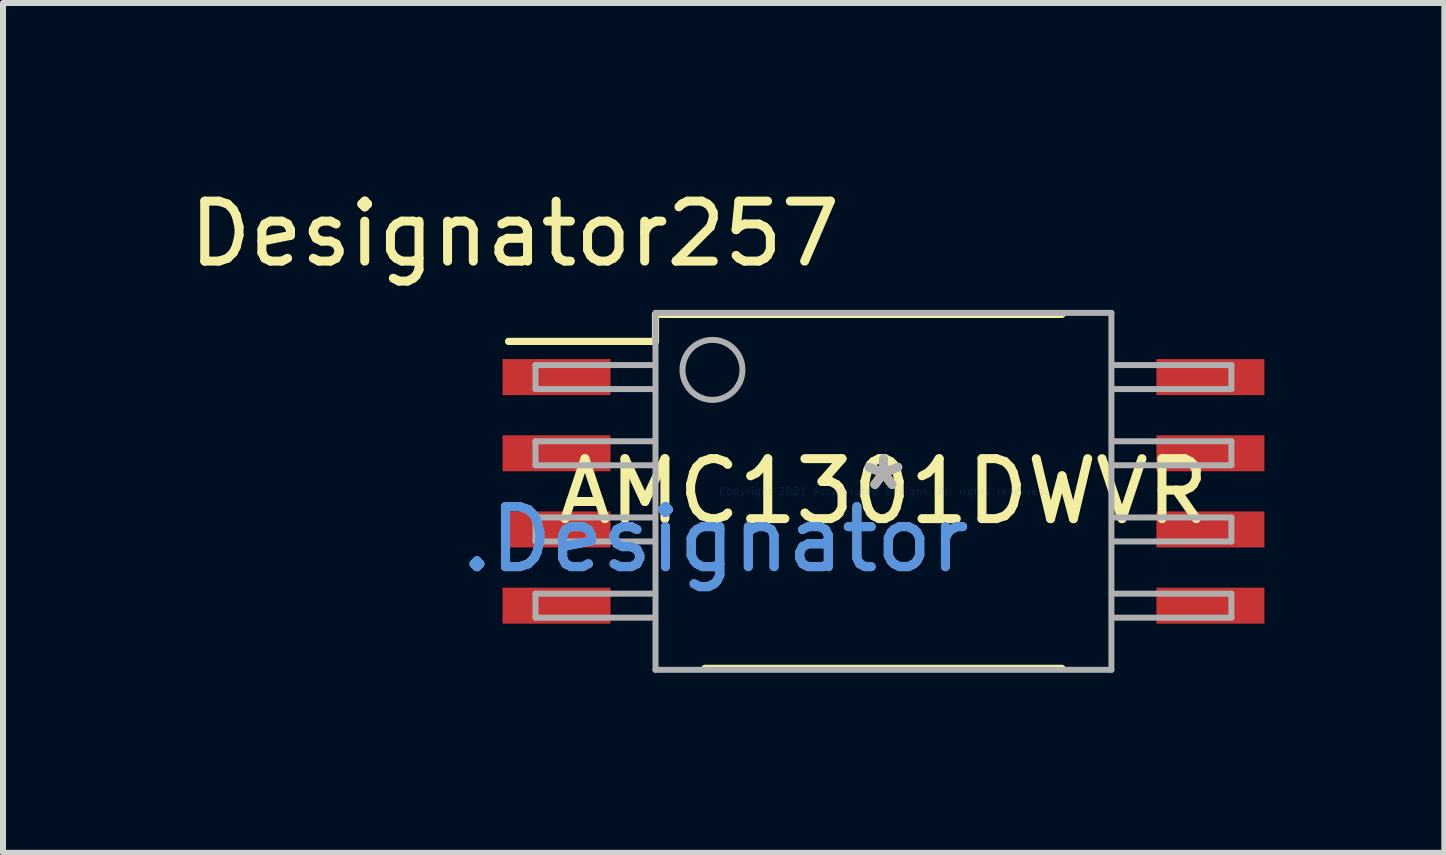
<source format=kicad_pcb>
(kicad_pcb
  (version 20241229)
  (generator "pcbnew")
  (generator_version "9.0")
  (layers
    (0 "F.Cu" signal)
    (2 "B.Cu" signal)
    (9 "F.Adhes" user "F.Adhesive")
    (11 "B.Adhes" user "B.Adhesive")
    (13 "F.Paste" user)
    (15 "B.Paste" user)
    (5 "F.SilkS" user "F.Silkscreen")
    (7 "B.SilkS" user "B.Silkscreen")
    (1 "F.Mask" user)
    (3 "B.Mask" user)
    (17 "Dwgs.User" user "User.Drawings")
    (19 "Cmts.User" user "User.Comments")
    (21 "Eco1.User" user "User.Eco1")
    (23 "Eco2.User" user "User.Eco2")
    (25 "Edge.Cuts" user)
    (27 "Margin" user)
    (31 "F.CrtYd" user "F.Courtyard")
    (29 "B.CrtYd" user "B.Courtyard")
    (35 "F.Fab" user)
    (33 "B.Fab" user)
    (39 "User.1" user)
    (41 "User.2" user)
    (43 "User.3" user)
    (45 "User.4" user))
  (footprint "AMC1301DWVR"
    (layer "F.Cu")
    (at 11.677 5.141)
    (property "Reference" "AMC1301DWVR" (at 0 0 0) (layer "F.SilkS") (effects (font (size 1 1) (thickness 0.15))))
    (attr through_hole)
    (fp_line (start -6.25 -2.5) (end -3.8 -2.5) (stroke (width 0.12) (type solid)) (layer "F.SilkS"))
    (fp_line (start -3.8 -2.95) (end 2.975 -2.95) (stroke (width 0.12) (type solid)) (layer "F.SilkS"))
    (fp_line (start -3.8 -2.5) (end -3.8 -2.95) (stroke (width 0.12) (type solid)) (layer "F.SilkS"))
    (fp_line (start -2.975 2.95) (end 2.975 2.95) (stroke (width 0.12) (type solid)) (layer "F.SilkS"))
    (fp_line (start -5.8 -2.105) (end -3.805 -2.105) (stroke (width 0.1) (type solid)) (layer "F.Fab"))
    (fp_line (start -5.8 -1.705) (end -5.8 -2.105) (stroke (width 0.1) (type solid)) (layer "F.Fab"))
    (fp_line (start -5.8 -1.705) (end -3.805 -1.705) (stroke (width 0.1) (type solid)) (layer "F.Fab"))
    (fp_line (start -5.8 -0.835) (end -3.805 -0.835) (stroke (width 0.1) (type solid)) (layer "F.Fab"))
    (fp_line (start -5.8 -0.435) (end -5.8 -0.835) (stroke (width 0.1) (type solid)) (layer "F.Fab"))
    (fp_line (start -5.8 -0.435) (end -3.805 -0.435) (stroke (width 0.1) (type solid)) (layer "F.Fab"))
    (fp_line (start -5.8 0.435) (end -3.805 0.435) (stroke (width 0.1) (type solid)) (layer "F.Fab"))
    (fp_line (start -5.8 0.835) (end -5.8 0.435) (stroke (width 0.1) (type solid)) (layer "F.Fab"))
    (fp_line (start -5.8 0.835) (end -3.805 0.835) (stroke (width 0.1) (type solid)) (layer "F.Fab"))
    (fp_line (start -5.8 1.705) (end -3.805 1.705) (stroke (width 0.1) (type solid)) (layer "F.Fab"))
    (fp_line (start -5.8 2.105) (end -5.8 1.705) (stroke (width 0.1) (type solid)) (layer "F.Fab"))
    (fp_line (start -5.8 2.105) (end -3.805 2.105) (stroke (width 0.1) (type solid)) (layer "F.Fab"))
    (fp_line (start -3.8 -2.975) (end 3.8 -2.975) (stroke (width 0.1) (type solid)) (layer "F.Fab"))
    (fp_line (start -3.8 2.975) (end -3.8 -2.975) (stroke (width 0.1) (type solid)) (layer "F.Fab"))
    (fp_line (start -3.8 2.975) (end 3.8 2.975) (stroke (width 0.1) (type solid)) (layer "F.Fab"))
    (fp_line (start 3.8 2.975) (end 3.8 -2.975) (stroke (width 0.1) (type solid)) (layer "F.Fab"))
    (fp_line (start 3.805 -2.105) (end 5.8 -2.105) (stroke (width 0.1) (type solid)) (layer "F.Fab"))
    (fp_line (start 3.805 -0.835) (end 5.8 -0.835) (stroke (width 0.1) (type solid)) (layer "F.Fab"))
    (fp_line (start 3.805 0.435) (end 5.8 0.435) (stroke (width 0.1) (type solid)) (layer "F.Fab"))
    (fp_line (start 3.805 1.705) (end 5.8 1.705) (stroke (width 0.1) (type solid)) (layer "F.Fab"))
    (fp_line (start 3.805 -1.705) (end 5.8 -1.705) (stroke (width 0.1) (type solid)) (layer "F.Fab"))
    (fp_line (start 3.805 -0.435) (end 5.8 -0.435) (stroke (width 0.1) (type solid)) (layer "F.Fab"))
    (fp_line (start 3.805 0.835) (end 5.8 0.835) (stroke (width 0.1) (type solid)) (layer "F.Fab"))
    (fp_line (start 3.805 2.105) (end 5.8 2.105) (stroke (width 0.1) (type solid)) (layer "F.Fab"))
    (fp_line (start 5.8 -1.705) (end 5.8 -2.105) (stroke (width 0.1) (type solid)) (layer "F.Fab"))
    (fp_line (start 5.8 -0.435) (end 5.8 -0.835) (stroke (width 0.1) (type solid)) (layer "F.Fab"))
    (fp_line (start 5.8 0.835) (end 5.8 0.435) (stroke (width 0.1) (type solid)) (layer "F.Fab"))
    (fp_line (start 5.8 2.105) (end 5.8 1.705) (stroke (width 0.1) (type solid)) (layer "F.Fab"))
    (fp_circle (center -2.85 -2.025) (end -2.35 -2.025) (stroke (width 0.1) (type solid)) (fill no) (layer "F.Fab"))
    (fp_text user "Designator257" (at -6.147 -4.293 0) (layer "F.SilkS") (effects (font (size 1 1) (thickness 0.15))))
    (fp_text user "*" (at 0 0 0) (layer "F.SilkS") (effects (font (size 1 1) (thickness 0.15))))
    (fp_text user "Copyright 2021 Accelerated Designs. All rights reserved." (at 0 0 0) (layer "Cmts.User") (effects (font (size 0.127 0.127) (thickness 0.002))))
    (fp_text user ".Designator" (at -2.8 0.8 0) (layer "Cmts.User") (effects (font (size 1 1) (thickness 0.15))))
    (fp_text user ".Designator" (at -2.8 0.8 0) (layer "F.Fab") (effects (font (size 1 1) (thickness 0.15))))
    (fp_text user "*" (at 0 0 0) (layer "F.Fab") (effects (font (size 1 1) (thickness 0.15))))
    (pad "1" smd rect (at -5.45 -1.905 90) (size 0.6 1.8) (layers "F.Cu" "F.Mask" "F.Paste"))
    (pad "2" smd rect (at -5.45 -0.635 90) (size 0.6 1.8) (layers "F.Cu" "F.Mask" "F.Paste"))
    (pad "3" smd rect (at -5.45 0.635 90) (size 0.6 1.8) (layers "F.Cu" "F.Mask" "F.Paste"))
    (pad "4" smd rect (at -5.45 1.905 90) (size 0.6 1.8) (layers "F.Cu" "F.Mask" "F.Paste"))
    (pad "5" smd rect (at 5.45 1.905 90) (size 0.6 1.8) (layers "F.Cu" "F.Mask" "F.Paste"))
    (pad "6" smd rect (at 5.45 0.635 90) (size 0.6 1.8) (layers "F.Cu" "F.Mask" "F.Paste"))
    (pad "7" smd rect (at 5.45 -0.635 90) (size 0.6 1.8) (layers "F.Cu" "F.Mask" "F.Paste"))
    (pad "8" smd rect (at 5.45 -1.905 90) (size 0.6 1.8) (layers "F.Cu" "F.Mask" "F.Paste")))
  (gr_rect
    (start -3 -3)
    (end 21.027 11.166)
    (stroke (width 0.1) (type default))
    (fill no)
    (layer "Edge.Cuts")))
</source>
